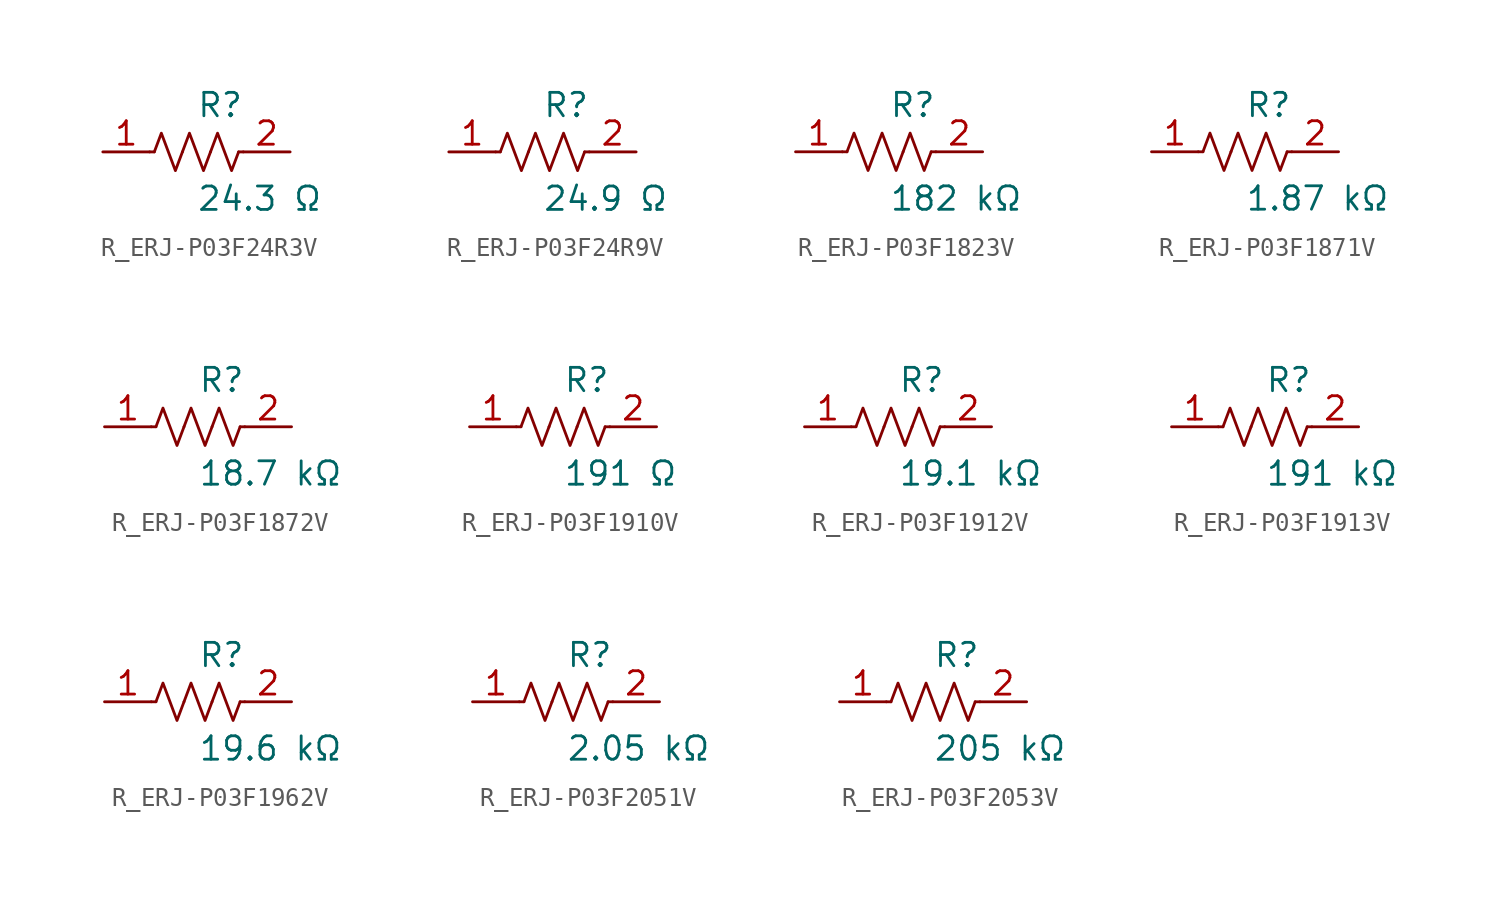
<source format=kicad_sym>
(kicad_symbol_lib
  (version 20231120)
  (generator kicad_symbol_editor)
  (generator_version 8.0)
  (symbol "R_ERJ-P03F24R3V"
    (pin_names
      (offset 0.254))
    (property "Reference" "R"
      (at 0.0 2.54 0)
      (effects (font (size 1.27 1.27)) (justify left)))
    (property "Value" "24.3 Ω"
      (at 0.0 -2.54 0)
      (effects (font (size 1.27 1.27)) (justify left)))
    (symbol "R_ERJ-P03F24R3V_0_1"
      (polyline (pts (xy 2.286 0) (xy 2.54 0)) (stroke (width 0) (type default)) (fill (type none)))
      (polyline (pts (xy -2.286 0) (xy -2.54 0)) (stroke (width 0) (type default)) (fill (type none)))
      (polyline (pts (xy 0.762 0) (xy 1.143 1.016) (xy 1.524 0) (xy 1.905 -1.016) (xy 2.286 0)) (stroke (width 0) (type default)) (fill (type none)))
      (polyline (pts (xy -0.762 0) (xy -0.381 1.016) (xy 0 0) (xy 0.381 -1.016) (xy 0.762 0)) (stroke (width 0) (type default)) (fill (type none)))
      (polyline (pts (xy -2.286 0) (xy -1.905 1.016) (xy -1.524 0) (xy -1.143 -1.016) (xy -0.762 0)) (stroke (width 0) (type default)) (fill (type none))))
    (pin unspecified line
      (at -5.08 0 0)
      (length 2.54)
      (name "" (effects (font (size 1.27 1.27))))
      (number "1" (effects (font (size 1.27 1.27)))))
    (pin unspecified line
      (at 5.08 0 180)
      (length 2.54)
      (name "" (effects (font (size 1.27 1.27))))
      (number "2" (effects (font (size 1.27 1.27))))))
  (symbol "R_ERJ-P03F24R9V"
    (pin_names
      (offset 0.254))
    (property "Reference" "R"
      (at 0.0 2.54 0)
      (effects (font (size 1.27 1.27)) (justify left)))
    (property "Value" "24.9 Ω"
      (at 0.0 -2.54 0)
      (effects (font (size 1.27 1.27)) (justify left)))
    (symbol "R_ERJ-P03F24R9V_0_1"
      (polyline (pts (xy 2.286 0) (xy 2.54 0)) (stroke (width 0) (type default)) (fill (type none)))
      (polyline (pts (xy -2.286 0) (xy -2.54 0)) (stroke (width 0) (type default)) (fill (type none)))
      (polyline (pts (xy 0.762 0) (xy 1.143 1.016) (xy 1.524 0) (xy 1.905 -1.016) (xy 2.286 0)) (stroke (width 0) (type default)) (fill (type none)))
      (polyline (pts (xy -0.762 0) (xy -0.381 1.016) (xy 0 0) (xy 0.381 -1.016) (xy 0.762 0)) (stroke (width 0) (type default)) (fill (type none)))
      (polyline (pts (xy -2.286 0) (xy -1.905 1.016) (xy -1.524 0) (xy -1.143 -1.016) (xy -0.762 0)) (stroke (width 0) (type default)) (fill (type none))))
    (pin unspecified line
      (at -5.08 0 0)
      (length 2.54)
      (name "" (effects (font (size 1.27 1.27))))
      (number "1" (effects (font (size 1.27 1.27)))))
    (pin unspecified line
      (at 5.08 0 180)
      (length 2.54)
      (name "" (effects (font (size 1.27 1.27))))
      (number "2" (effects (font (size 1.27 1.27))))))
  (symbol "R_ERJ-P03F1823V"
    (pin_names
      (offset 0.254))
    (property "Reference" "R"
      (at 0.0 2.54 0)
      (effects (font (size 1.27 1.27)) (justify left)))
    (property "Value" "182 kΩ"
      (at 0.0 -2.54 0)
      (effects (font (size 1.27 1.27)) (justify left)))
    (symbol "R_ERJ-P03F1823V_0_1"
      (polyline (pts (xy 2.286 0) (xy 2.54 0)) (stroke (width 0) (type default)) (fill (type none)))
      (polyline (pts (xy -2.286 0) (xy -2.54 0)) (stroke (width 0) (type default)) (fill (type none)))
      (polyline (pts (xy 0.762 0) (xy 1.143 1.016) (xy 1.524 0) (xy 1.905 -1.016) (xy 2.286 0)) (stroke (width 0) (type default)) (fill (type none)))
      (polyline (pts (xy -0.762 0) (xy -0.381 1.016) (xy 0 0) (xy 0.381 -1.016) (xy 0.762 0)) (stroke (width 0) (type default)) (fill (type none)))
      (polyline (pts (xy -2.286 0) (xy -1.905 1.016) (xy -1.524 0) (xy -1.143 -1.016) (xy -0.762 0)) (stroke (width 0) (type default)) (fill (type none))))
    (pin unspecified line
      (at -5.08 0 0)
      (length 2.54)
      (name "" (effects (font (size 1.27 1.27))))
      (number "1" (effects (font (size 1.27 1.27)))))
    (pin unspecified line
      (at 5.08 0 180)
      (length 2.54)
      (name "" (effects (font (size 1.27 1.27))))
      (number "2" (effects (font (size 1.27 1.27))))))
  (symbol "R_ERJ-P03F1871V"
    (pin_names
      (offset 0.254))
    (property "Reference" "R"
      (at 0.0 2.54 0)
      (effects (font (size 1.27 1.27)) (justify left)))
    (property "Value" "1.87 kΩ"
      (at 0.0 -2.54 0)
      (effects (font (size 1.27 1.27)) (justify left)))
    (symbol "R_ERJ-P03F1871V_0_1"
      (polyline (pts (xy 2.286 0) (xy 2.54 0)) (stroke (width 0) (type default)) (fill (type none)))
      (polyline (pts (xy -2.286 0) (xy -2.54 0)) (stroke (width 0) (type default)) (fill (type none)))
      (polyline (pts (xy 0.762 0) (xy 1.143 1.016) (xy 1.524 0) (xy 1.905 -1.016) (xy 2.286 0)) (stroke (width 0) (type default)) (fill (type none)))
      (polyline (pts (xy -0.762 0) (xy -0.381 1.016) (xy 0 0) (xy 0.381 -1.016) (xy 0.762 0)) (stroke (width 0) (type default)) (fill (type none)))
      (polyline (pts (xy -2.286 0) (xy -1.905 1.016) (xy -1.524 0) (xy -1.143 -1.016) (xy -0.762 0)) (stroke (width 0) (type default)) (fill (type none))))
    (pin unspecified line
      (at -5.08 0 0)
      (length 2.54)
      (name "" (effects (font (size 1.27 1.27))))
      (number "1" (effects (font (size 1.27 1.27)))))
    (pin unspecified line
      (at 5.08 0 180)
      (length 2.54)
      (name "" (effects (font (size 1.27 1.27))))
      (number "2" (effects (font (size 1.27 1.27))))))
  (symbol "R_ERJ-P03F1872V"
    (pin_names
      (offset 0.254))
    (property "Reference" "R"
      (at 0.0 2.54 0)
      (effects (font (size 1.27 1.27)) (justify left)))
    (property "Value" "18.7 kΩ"
      (at 0.0 -2.54 0)
      (effects (font (size 1.27 1.27)) (justify left)))
    (symbol "R_ERJ-P03F1872V_0_1"
      (polyline (pts (xy 2.286 0) (xy 2.54 0)) (stroke (width 0) (type default)) (fill (type none)))
      (polyline (pts (xy -2.286 0) (xy -2.54 0)) (stroke (width 0) (type default)) (fill (type none)))
      (polyline (pts (xy 0.762 0) (xy 1.143 1.016) (xy 1.524 0) (xy 1.905 -1.016) (xy 2.286 0)) (stroke (width 0) (type default)) (fill (type none)))
      (polyline (pts (xy -0.762 0) (xy -0.381 1.016) (xy 0 0) (xy 0.381 -1.016) (xy 0.762 0)) (stroke (width 0) (type default)) (fill (type none)))
      (polyline (pts (xy -2.286 0) (xy -1.905 1.016) (xy -1.524 0) (xy -1.143 -1.016) (xy -0.762 0)) (stroke (width 0) (type default)) (fill (type none))))
    (pin unspecified line
      (at -5.08 0 0)
      (length 2.54)
      (name "" (effects (font (size 1.27 1.27))))
      (number "1" (effects (font (size 1.27 1.27)))))
    (pin unspecified line
      (at 5.08 0 180)
      (length 2.54)
      (name "" (effects (font (size 1.27 1.27))))
      (number "2" (effects (font (size 1.27 1.27))))))
  (symbol "R_ERJ-P03F1910V"
    (pin_names
      (offset 0.254))
    (property "Reference" "R"
      (at 0.0 2.54 0)
      (effects (font (size 1.27 1.27)) (justify left)))
    (property "Value" "191 Ω"
      (at 0.0 -2.54 0)
      (effects (font (size 1.27 1.27)) (justify left)))
    (symbol "R_ERJ-P03F1910V_0_1"
      (polyline (pts (xy 2.286 0) (xy 2.54 0)) (stroke (width 0) (type default)) (fill (type none)))
      (polyline (pts (xy -2.286 0) (xy -2.54 0)) (stroke (width 0) (type default)) (fill (type none)))
      (polyline (pts (xy 0.762 0) (xy 1.143 1.016) (xy 1.524 0) (xy 1.905 -1.016) (xy 2.286 0)) (stroke (width 0) (type default)) (fill (type none)))
      (polyline (pts (xy -0.762 0) (xy -0.381 1.016) (xy 0 0) (xy 0.381 -1.016) (xy 0.762 0)) (stroke (width 0) (type default)) (fill (type none)))
      (polyline (pts (xy -2.286 0) (xy -1.905 1.016) (xy -1.524 0) (xy -1.143 -1.016) (xy -0.762 0)) (stroke (width 0) (type default)) (fill (type none))))
    (pin unspecified line
      (at -5.08 0 0)
      (length 2.54)
      (name "" (effects (font (size 1.27 1.27))))
      (number "1" (effects (font (size 1.27 1.27)))))
    (pin unspecified line
      (at 5.08 0 180)
      (length 2.54)
      (name "" (effects (font (size 1.27 1.27))))
      (number "2" (effects (font (size 1.27 1.27))))))
  (symbol "R_ERJ-P03F1912V"
    (pin_names
      (offset 0.254))
    (property "Reference" "R"
      (at 0.0 2.54 0)
      (effects (font (size 1.27 1.27)) (justify left)))
    (property "Value" "19.1 kΩ"
      (at 0.0 -2.54 0)
      (effects (font (size 1.27 1.27)) (justify left)))
    (symbol "R_ERJ-P03F1912V_0_1"
      (polyline (pts (xy 2.286 0) (xy 2.54 0)) (stroke (width 0) (type default)) (fill (type none)))
      (polyline (pts (xy -2.286 0) (xy -2.54 0)) (stroke (width 0) (type default)) (fill (type none)))
      (polyline (pts (xy 0.762 0) (xy 1.143 1.016) (xy 1.524 0) (xy 1.905 -1.016) (xy 2.286 0)) (stroke (width 0) (type default)) (fill (type none)))
      (polyline (pts (xy -0.762 0) (xy -0.381 1.016) (xy 0 0) (xy 0.381 -1.016) (xy 0.762 0)) (stroke (width 0) (type default)) (fill (type none)))
      (polyline (pts (xy -2.286 0) (xy -1.905 1.016) (xy -1.524 0) (xy -1.143 -1.016) (xy -0.762 0)) (stroke (width 0) (type default)) (fill (type none))))
    (pin unspecified line
      (at -5.08 0 0)
      (length 2.54)
      (name "" (effects (font (size 1.27 1.27))))
      (number "1" (effects (font (size 1.27 1.27)))))
    (pin unspecified line
      (at 5.08 0 180)
      (length 2.54)
      (name "" (effects (font (size 1.27 1.27))))
      (number "2" (effects (font (size 1.27 1.27))))))
  (symbol "R_ERJ-P03F1913V"
    (pin_names
      (offset 0.254))
    (property "Reference" "R"
      (at 0.0 2.54 0)
      (effects (font (size 1.27 1.27)) (justify left)))
    (property "Value" "191 kΩ"
      (at 0.0 -2.54 0)
      (effects (font (size 1.27 1.27)) (justify left)))
    (symbol "R_ERJ-P03F1913V_0_1"
      (polyline (pts (xy 2.286 0) (xy 2.54 0)) (stroke (width 0) (type default)) (fill (type none)))
      (polyline (pts (xy -2.286 0) (xy -2.54 0)) (stroke (width 0) (type default)) (fill (type none)))
      (polyline (pts (xy 0.762 0) (xy 1.143 1.016) (xy 1.524 0) (xy 1.905 -1.016) (xy 2.286 0)) (stroke (width 0) (type default)) (fill (type none)))
      (polyline (pts (xy -0.762 0) (xy -0.381 1.016) (xy 0 0) (xy 0.381 -1.016) (xy 0.762 0)) (stroke (width 0) (type default)) (fill (type none)))
      (polyline (pts (xy -2.286 0) (xy -1.905 1.016) (xy -1.524 0) (xy -1.143 -1.016) (xy -0.762 0)) (stroke (width 0) (type default)) (fill (type none))))
    (pin unspecified line
      (at -5.08 0 0)
      (length 2.54)
      (name "" (effects (font (size 1.27 1.27))))
      (number "1" (effects (font (size 1.27 1.27)))))
    (pin unspecified line
      (at 5.08 0 180)
      (length 2.54)
      (name "" (effects (font (size 1.27 1.27))))
      (number "2" (effects (font (size 1.27 1.27))))))
  (symbol "R_ERJ-P03F1962V"
    (pin_names
      (offset 0.254))
    (property "Reference" "R"
      (at 0.0 2.54 0)
      (effects (font (size 1.27 1.27)) (justify left)))
    (property "Value" "19.6 kΩ"
      (at 0.0 -2.54 0)
      (effects (font (size 1.27 1.27)) (justify left)))
    (symbol "R_ERJ-P03F1962V_0_1"
      (polyline (pts (xy 2.286 0) (xy 2.54 0)) (stroke (width 0) (type default)) (fill (type none)))
      (polyline (pts (xy -2.286 0) (xy -2.54 0)) (stroke (width 0) (type default)) (fill (type none)))
      (polyline (pts (xy 0.762 0) (xy 1.143 1.016) (xy 1.524 0) (xy 1.905 -1.016) (xy 2.286 0)) (stroke (width 0) (type default)) (fill (type none)))
      (polyline (pts (xy -0.762 0) (xy -0.381 1.016) (xy 0 0) (xy 0.381 -1.016) (xy 0.762 0)) (stroke (width 0) (type default)) (fill (type none)))
      (polyline (pts (xy -2.286 0) (xy -1.905 1.016) (xy -1.524 0) (xy -1.143 -1.016) (xy -0.762 0)) (stroke (width 0) (type default)) (fill (type none))))
    (pin unspecified line
      (at -5.08 0 0)
      (length 2.54)
      (name "" (effects (font (size 1.27 1.27))))
      (number "1" (effects (font (size 1.27 1.27)))))
    (pin unspecified line
      (at 5.08 0 180)
      (length 2.54)
      (name "" (effects (font (size 1.27 1.27))))
      (number "2" (effects (font (size 1.27 1.27))))))
  (symbol "R_ERJ-P03F2051V"
    (pin_names
      (offset 0.254))
    (property "Reference" "R"
      (at 0.0 2.54 0)
      (effects (font (size 1.27 1.27)) (justify left)))
    (property "Value" "2.05 kΩ"
      (at 0.0 -2.54 0)
      (effects (font (size 1.27 1.27)) (justify left)))
    (symbol "R_ERJ-P03F2051V_0_1"
      (polyline (pts (xy 2.286 0) (xy 2.54 0)) (stroke (width 0) (type default)) (fill (type none)))
      (polyline (pts (xy -2.286 0) (xy -2.54 0)) (stroke (width 0) (type default)) (fill (type none)))
      (polyline (pts (xy 0.762 0) (xy 1.143 1.016) (xy 1.524 0) (xy 1.905 -1.016) (xy 2.286 0)) (stroke (width 0) (type default)) (fill (type none)))
      (polyline (pts (xy -0.762 0) (xy -0.381 1.016) (xy 0 0) (xy 0.381 -1.016) (xy 0.762 0)) (stroke (width 0) (type default)) (fill (type none)))
      (polyline (pts (xy -2.286 0) (xy -1.905 1.016) (xy -1.524 0) (xy -1.143 -1.016) (xy -0.762 0)) (stroke (width 0) (type default)) (fill (type none))))
    (pin unspecified line
      (at -5.08 0 0)
      (length 2.54)
      (name "" (effects (font (size 1.27 1.27))))
      (number "1" (effects (font (size 1.27 1.27)))))
    (pin unspecified line
      (at 5.08 0 180)
      (length 2.54)
      (name "" (effects (font (size 1.27 1.27))))
      (number "2" (effects (font (size 1.27 1.27))))))
  (symbol "R_ERJ-P03F2053V"
    (pin_names
      (offset 0.254))
    (property "Reference" "R"
      (at 0.0 2.54 0)
      (effects (font (size 1.27 1.27)) (justify left)))
    (property "Value" "205 kΩ"
      (at 0.0 -2.54 0)
      (effects (font (size 1.27 1.27)) (justify left)))
    (symbol "R_ERJ-P03F2053V_0_1"
      (polyline (pts (xy 2.286 0) (xy 2.54 0)) (stroke (width 0) (type default)) (fill (type none)))
      (polyline (pts (xy -2.286 0) (xy -2.54 0)) (stroke (width 0) (type default)) (fill (type none)))
      (polyline (pts (xy 0.762 0) (xy 1.143 1.016) (xy 1.524 0) (xy 1.905 -1.016) (xy 2.286 0)) (stroke (width 0) (type default)) (fill (type none)))
      (polyline (pts (xy -0.762 0) (xy -0.381 1.016) (xy 0 0) (xy 0.381 -1.016) (xy 0.762 0)) (stroke (width 0) (type default)) (fill (type none)))
      (polyline (pts (xy -2.286 0) (xy -1.905 1.016) (xy -1.524 0) (xy -1.143 -1.016) (xy -0.762 0)) (stroke (width 0) (type default)) (fill (type none))))
    (pin unspecified line
      (at -5.08 0 0)
      (length 2.54)
      (name "" (effects (font (size 1.27 1.27))))
      (number "1" (effects (font (size 1.27 1.27)))))
    (pin unspecified line
      (at 5.08 0 180)
      (length 2.54)
      (name "" (effects (font (size 1.27 1.27))))
      (number "2" (effects (font (size 1.27 1.27)))))))
</source>
